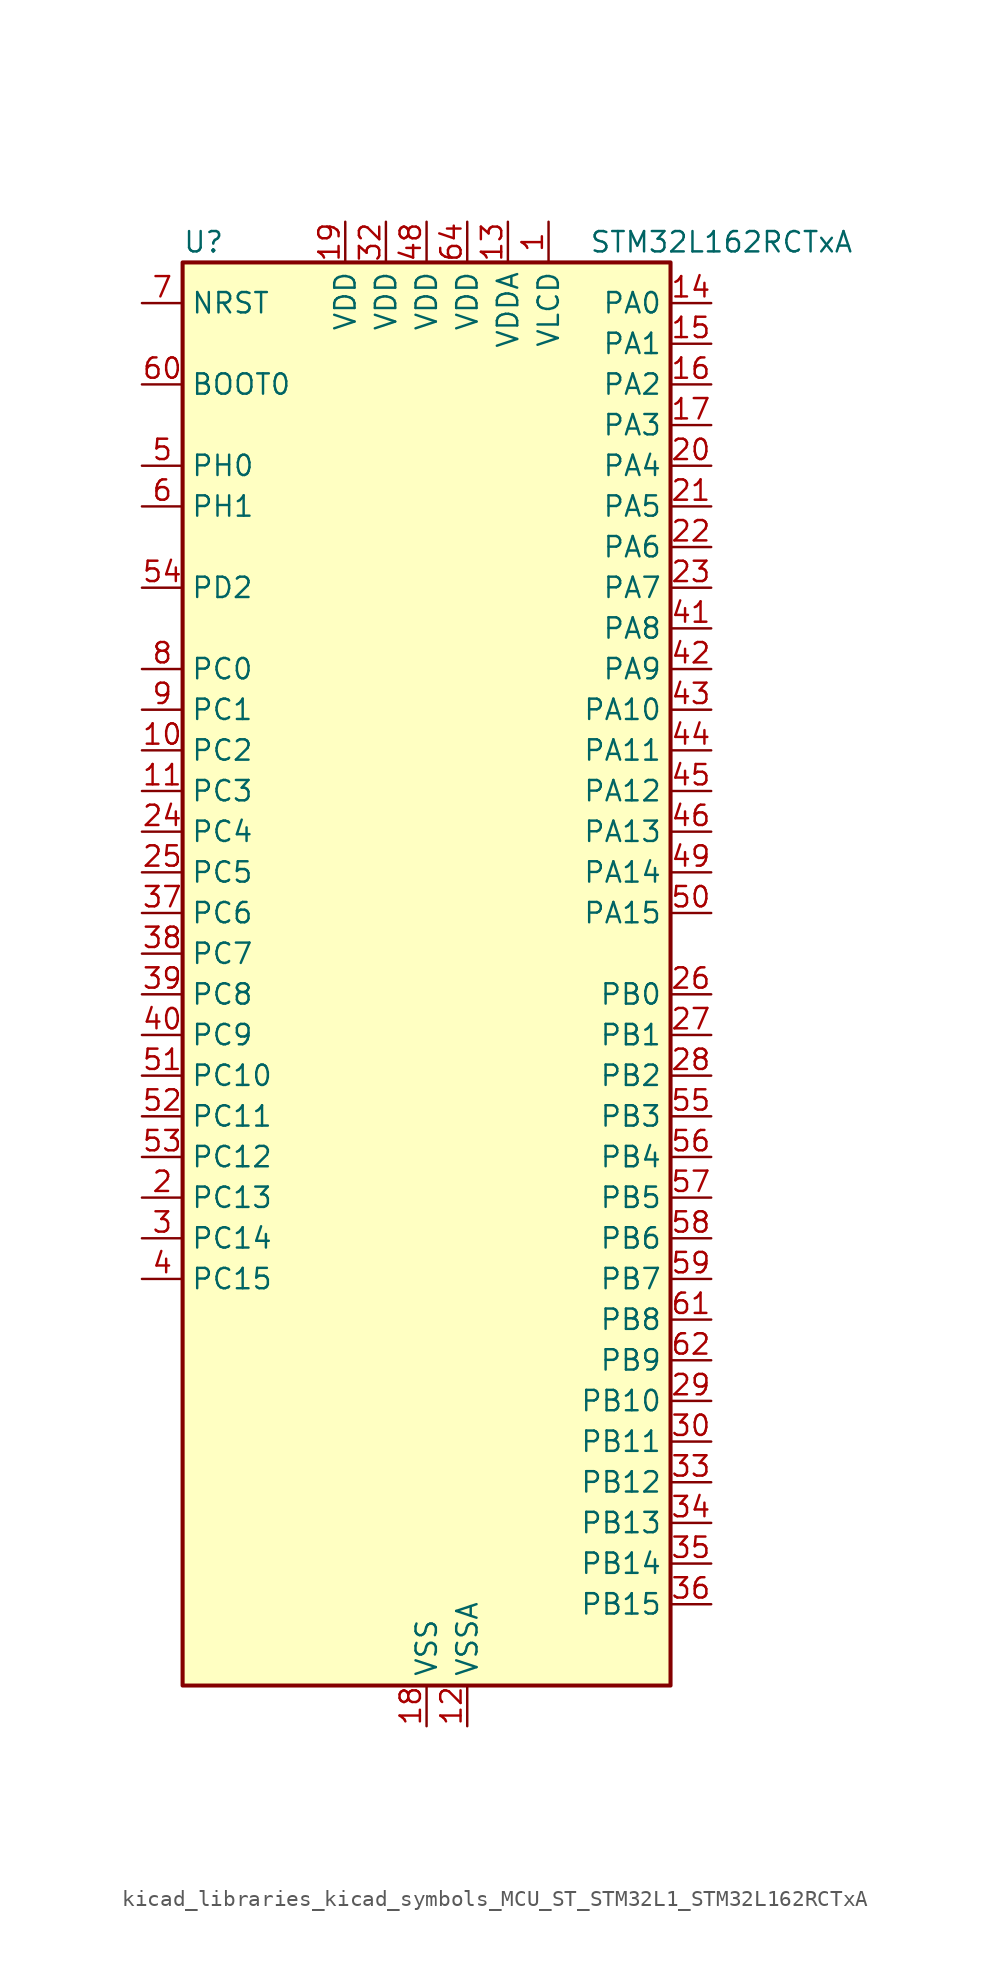
<source format=kicad_sym>
(kicad_symbol_lib
  (version 20220914)
  (generator kicad_symbol_editor)
  (symbol "kicad_libraries_kicad_symbols_MCU_ST_STM32L1_STM32L162RCTxA"
    (property "Reference" "U"
      (at -15.24 46.99 0)
      (effects (font (size 1.27 1.27)) (justify left)))
    (property "Value" "STM32L162RCTxA"
      (at 10.16 46.99 0)
      (effects (font (size 1.27 1.27)) (justify left)))
    (property "ki_locked" ""
      (at 0 0 0)
      (effects (font (size 1.27 1.27))))
    (symbol "kicad_libraries_kicad_symbols_MCU_ST_STM32L1_STM32L162RCTxA_0_1"
      (rectangle (start -15.24 -43.18) (end 15.24 45.72) (stroke (width 0.254) (type default)) (fill (type background))))
    (symbol "kicad_libraries_kicad_symbols_MCU_ST_STM32L1_STM32L162RCTxA_1_1"
      (pin power_in line (at 7.62 48.26 270) (length 2.54) (name "VLCD" (effects (font (size 1.27 1.27)))) (number "1" (effects (font (size 1.27 1.27)))))
      (pin bidirectional line (at -17.78 15.24 0) (length 2.54) (name "PC2" (effects (font (size 1.27 1.27)))) (number "10" (effects (font (size 1.27 1.27)))) (alternate "ADC_IN12" bidirectional line) (alternate "COMP1_INP" bidirectional line) (alternate "LCD_SEG20" bidirectional line) (alternate "TIMX_IC3" bidirectional line) (alternate "TS_G8_IO3" bidirectional line))
      (pin bidirectional line (at -17.78 12.7 0) (length 2.54) (name "PC3" (effects (font (size 1.27 1.27)))) (number "11" (effects (font (size 1.27 1.27)))) (alternate "ADC_IN13" bidirectional line) (alternate "COMP1_INP" bidirectional line) (alternate "LCD_SEG21" bidirectional line) (alternate "TIMX_IC4" bidirectional line) (alternate "TS_G8_IO4" bidirectional line))
      (pin power_in line (at 2.54 -45.72 90) (length 2.54) (name "VSSA" (effects (font (size 1.27 1.27)))) (number "12" (effects (font (size 1.27 1.27)))))
      (pin power_in line (at 5.08 48.26 270) (length 2.54) (name "VDDA" (effects (font (size 1.27 1.27)))) (number "13" (effects (font (size 1.27 1.27)))))
      (pin bidirectional line (at 17.78 43.18 180) (length 2.54) (name "PA0" (effects (font (size 1.27 1.27)))) (number "14" (effects (font (size 1.27 1.27)))) (alternate "ADC_IN0" bidirectional line) (alternate "COMP1_INP" bidirectional line) (alternate "RTC_TAMP2" bidirectional line) (alternate "SYS_WKUP1" bidirectional line) (alternate "TIM2_CH1" bidirectional line) (alternate "TIM2_ETR" bidirectional line) (alternate "TIM5_CH1" bidirectional line) (alternate "TIMX_IC1" bidirectional line) (alternate "TS_G1_IO1" bidirectional line) (alternate "USART2_CTS" bidirectional line))
      (pin bidirectional line (at 17.78 40.64 180) (length 2.54) (name "PA1" (effects (font (size 1.27 1.27)))) (number "15" (effects (font (size 1.27 1.27)))) (alternate "ADC_IN1" bidirectional line) (alternate "COMP1_INP" bidirectional line) (alternate "LCD_SEG0" bidirectional line) (alternate "OPAMP1_VINP" bidirectional line) (alternate "TIM2_CH2" bidirectional line) (alternate "TIM5_CH2" bidirectional line) (alternate "TIMX_IC2" bidirectional line) (alternate "TS_G1_IO2" bidirectional line) (alternate "USART2_RTS" bidirectional line))
      (pin bidirectional line (at 17.78 38.1 180) (length 2.54) (name "PA2" (effects (font (size 1.27 1.27)))) (number "16" (effects (font (size 1.27 1.27)))) (alternate "ADC_IN2" bidirectional line) (alternate "COMP1_INP" bidirectional line) (alternate "LCD_SEG1" bidirectional line) (alternate "OPAMP1_VINM" bidirectional line) (alternate "TIM2_CH3" bidirectional line) (alternate "TIM5_CH3" bidirectional line) (alternate "TIM9_CH1" bidirectional line) (alternate "TIMX_IC3" bidirectional line) (alternate "TS_G1_IO3" bidirectional line) (alternate "USART2_TX" bidirectional line))
      (pin bidirectional line (at 17.78 35.56 180) (length 2.54) (name "PA3" (effects (font (size 1.27 1.27)))) (number "17" (effects (font (size 1.27 1.27)))) (alternate "ADC_IN3" bidirectional line) (alternate "COMP1_INP" bidirectional line) (alternate "LCD_SEG2" bidirectional line) (alternate "OPAMP1_VOUT" bidirectional line) (alternate "TIM2_CH4" bidirectional line) (alternate "TIM5_CH4" bidirectional line) (alternate "TIM9_CH2" bidirectional line) (alternate "TIMX_IC4" bidirectional line) (alternate "TS_G1_IO4" bidirectional line) (alternate "USART2_RX" bidirectional line))
      (pin power_in line (at 0 -45.72 90) (length 2.54) (name "VSS" (effects (font (size 1.27 1.27)))) (number "18" (effects (font (size 1.27 1.27)))))
      (pin power_in line (at -5.08 48.26 270) (length 2.54) (name "VDD" (effects (font (size 1.27 1.27)))) (number "19" (effects (font (size 1.27 1.27)))))
      (pin bidirectional line (at -17.78 -12.7 0) (length 2.54) (name "PC13" (effects (font (size 1.27 1.27)))) (number "2" (effects (font (size 1.27 1.27)))) (alternate "RTC_OUT_ALARM" bidirectional line) (alternate "RTC_OUT_CALIB" bidirectional line) (alternate "RTC_TAMP1" bidirectional line) (alternate "RTC_TS" bidirectional line) (alternate "SYS_WKUP2" bidirectional line) (alternate "TIMX_IC2" bidirectional line))
      (pin bidirectional line (at 17.78 33.02 180) (length 2.54) (name "PA4" (effects (font (size 1.27 1.27)))) (number "20" (effects (font (size 1.27 1.27)))) (alternate "ADC_IN4" bidirectional line) (alternate "COMP1_INP" bidirectional line) (alternate "DAC_OUT1" bidirectional line) (alternate "I2S3_WS" bidirectional line) (alternate "SPI1_NSS" bidirectional line) (alternate "SPI3_NSS" bidirectional line) (alternate "TIMX_IC1" bidirectional line) (alternate "USART2_CK" bidirectional line))
      (pin bidirectional line (at 17.78 30.48 180) (length 2.54) (name "PA5" (effects (font (size 1.27 1.27)))) (number "21" (effects (font (size 1.27 1.27)))) (alternate "ADC_IN5" bidirectional line) (alternate "COMP1_INP" bidirectional line) (alternate "DAC_OUT2" bidirectional line) (alternate "SPI1_SCK" bidirectional line) (alternate "TIM2_CH1" bidirectional line) (alternate "TIM2_ETR" bidirectional line) (alternate "TIMX_IC2" bidirectional line))
      (pin bidirectional line (at 17.78 27.94 180) (length 2.54) (name "PA6" (effects (font (size 1.27 1.27)))) (number "22" (effects (font (size 1.27 1.27)))) (alternate "ADC_IN6" bidirectional line) (alternate "COMP1_INP" bidirectional line) (alternate "LCD_SEG3" bidirectional line) (alternate "OPAMP2_VINP" bidirectional line) (alternate "SPI1_MISO" bidirectional line) (alternate "TIM10_CH1" bidirectional line) (alternate "TIM3_CH1" bidirectional line) (alternate "TIMX_IC3" bidirectional line) (alternate "TS_G2_IO1" bidirectional line))
      (pin bidirectional line (at 17.78 25.4 180) (length 2.54) (name "PA7" (effects (font (size 1.27 1.27)))) (number "23" (effects (font (size 1.27 1.27)))) (alternate "ADC_IN7" bidirectional line) (alternate "COMP1_INP" bidirectional line) (alternate "LCD_SEG4" bidirectional line) (alternate "OPAMP2_VINM" bidirectional line) (alternate "SPI1_MOSI" bidirectional line) (alternate "TIM11_CH1" bidirectional line) (alternate "TIM3_CH2" bidirectional line) (alternate "TIMX_IC4" bidirectional line) (alternate "TS_G2_IO2" bidirectional line))
      (pin bidirectional line (at -17.78 10.16 0) (length 2.54) (name "PC4" (effects (font (size 1.27 1.27)))) (number "24" (effects (font (size 1.27 1.27)))) (alternate "ADC_IN14" bidirectional line) (alternate "COMP1_INP" bidirectional line) (alternate "LCD_SEG22" bidirectional line) (alternate "TIMX_IC1" bidirectional line) (alternate "TS_G9_IO1" bidirectional line))
      (pin bidirectional line (at -17.78 7.62 0) (length 2.54) (name "PC5" (effects (font (size 1.27 1.27)))) (number "25" (effects (font (size 1.27 1.27)))) (alternate "ADC_IN15" bidirectional line) (alternate "COMP1_INP" bidirectional line) (alternate "LCD_SEG23" bidirectional line) (alternate "TIMX_IC2" bidirectional line) (alternate "TS_G9_IO2" bidirectional line))
      (pin bidirectional line (at 17.78 0 180) (length 2.54) (name "PB0" (effects (font (size 1.27 1.27)))) (number "26" (effects (font (size 1.27 1.27)))) (alternate "ADC_IN8" bidirectional line) (alternate "COMP1_INP" bidirectional line) (alternate "LCD_SEG5" bidirectional line) (alternate "OPAMP2_VOUT" bidirectional line) (alternate "SYS_V_REF_OUT" bidirectional line) (alternate "TIM3_CH3" bidirectional line) (alternate "TS_G3_IO1" bidirectional line))
      (pin bidirectional line (at 17.78 -2.54 180) (length 2.54) (name "PB1" (effects (font (size 1.27 1.27)))) (number "27" (effects (font (size 1.27 1.27)))) (alternate "ADC_IN9" bidirectional line) (alternate "COMP1_INP" bidirectional line) (alternate "LCD_SEG6" bidirectional line) (alternate "SYS_V_REF_OUT" bidirectional line) (alternate "TIM3_CH4" bidirectional line) (alternate "TS_G3_IO2" bidirectional line))
      (pin bidirectional line (at 17.78 -5.08 180) (length 2.54) (name "PB2" (effects (font (size 1.27 1.27)))) (number "28" (effects (font (size 1.27 1.27)))) (alternate "TS_G3_IO3" bidirectional line))
      (pin bidirectional line (at 17.78 -25.4 180) (length 2.54) (name "PB10" (effects (font (size 1.27 1.27)))) (number "29" (effects (font (size 1.27 1.27)))) (alternate "I2C2_SCL" bidirectional line) (alternate "LCD_SEG10" bidirectional line) (alternate "TIM2_CH3" bidirectional line) (alternate "USART3_TX" bidirectional line))
      (pin bidirectional line (at -17.78 -15.24 0) (length 2.54) (name "PC14" (effects (font (size 1.27 1.27)))) (number "3" (effects (font (size 1.27 1.27)))) (alternate "RCC_OSC32_IN" bidirectional line) (alternate "TIMX_IC3" bidirectional line))
      (pin bidirectional line (at 17.78 -27.94 180) (length 2.54) (name "PB11" (effects (font (size 1.27 1.27)))) (number "30" (effects (font (size 1.27 1.27)))) (alternate "ADC_EXTI11" bidirectional line) (alternate "I2C2_SDA" bidirectional line) (alternate "LCD_SEG11" bidirectional line) (alternate "TIM2_CH4" bidirectional line) (alternate "USART3_RX" bidirectional line))
      (pin passive line (at 0 -45.72 90) (length 2.54) hide (name "VSS" (effects (font (size 1.27 1.27)))) (number "31" (effects (font (size 1.27 1.27)))))
      (pin power_in line (at -2.54 48.26 270) (length 2.54) (name "VDD" (effects (font (size 1.27 1.27)))) (number "32" (effects (font (size 1.27 1.27)))))
      (pin bidirectional line (at 17.78 -30.48 180) (length 2.54) (name "PB12" (effects (font (size 1.27 1.27)))) (number "33" (effects (font (size 1.27 1.27)))) (alternate "ADC_IN18" bidirectional line) (alternate "COMP1_INP" bidirectional line) (alternate "I2C2_SMBA" bidirectional line) (alternate "I2S2_WS" bidirectional line) (alternate "LCD_SEG12" bidirectional line) (alternate "SPI2_NSS" bidirectional line) (alternate "TIM10_CH1" bidirectional line) (alternate "TS_G7_IO1" bidirectional line) (alternate "USART3_CK" bidirectional line))
      (pin bidirectional line (at 17.78 -33.02 180) (length 2.54) (name "PB13" (effects (font (size 1.27 1.27)))) (number "34" (effects (font (size 1.27 1.27)))) (alternate "ADC_IN19" bidirectional line) (alternate "COMP1_INP" bidirectional line) (alternate "I2S2_CK" bidirectional line) (alternate "LCD_SEG13" bidirectional line) (alternate "SPI2_SCK" bidirectional line) (alternate "TIM9_CH1" bidirectional line) (alternate "TS_G7_IO2" bidirectional line) (alternate "USART3_CTS" bidirectional line))
      (pin bidirectional line (at 17.78 -35.56 180) (length 2.54) (name "PB14" (effects (font (size 1.27 1.27)))) (number "35" (effects (font (size 1.27 1.27)))) (alternate "ADC_IN20" bidirectional line) (alternate "COMP1_INP" bidirectional line) (alternate "LCD_SEG14" bidirectional line) (alternate "SPI2_MISO" bidirectional line) (alternate "TIM9_CH2" bidirectional line) (alternate "TS_G7_IO3" bidirectional line) (alternate "USART3_RTS" bidirectional line))
      (pin bidirectional line (at 17.78 -38.1 180) (length 2.54) (name "PB15" (effects (font (size 1.27 1.27)))) (number "36" (effects (font (size 1.27 1.27)))) (alternate "ADC_EXTI15" bidirectional line) (alternate "ADC_IN21" bidirectional line) (alternate "COMP1_INP" bidirectional line) (alternate "I2S2_SD" bidirectional line) (alternate "LCD_SEG15" bidirectional line) (alternate "RTC_REFIN" bidirectional line) (alternate "SPI2_MOSI" bidirectional line) (alternate "TIM11_CH1" bidirectional line) (alternate "TS_G7_IO4" bidirectional line))
      (pin bidirectional line (at -17.78 5.08 0) (length 2.54) (name "PC6" (effects (font (size 1.27 1.27)))) (number "37" (effects (font (size 1.27 1.27)))) (alternate "I2S2_MCK" bidirectional line) (alternate "LCD_SEG24" bidirectional line) (alternate "TIM3_CH1" bidirectional line) (alternate "TIMX_IC3" bidirectional line) (alternate "TS_G10_IO1" bidirectional line))
      (pin bidirectional line (at -17.78 2.54 0) (length 2.54) (name "PC7" (effects (font (size 1.27 1.27)))) (number "38" (effects (font (size 1.27 1.27)))) (alternate "I2S3_MCK" bidirectional line) (alternate "LCD_SEG25" bidirectional line) (alternate "TIM3_CH2" bidirectional line) (alternate "TIMX_IC4" bidirectional line) (alternate "TS_G10_IO2" bidirectional line))
      (pin bidirectional line (at -17.78 0 0) (length 2.54) (name "PC8" (effects (font (size 1.27 1.27)))) (number "39" (effects (font (size 1.27 1.27)))) (alternate "LCD_SEG26" bidirectional line) (alternate "TIM3_CH3" bidirectional line) (alternate "TIMX_IC1" bidirectional line) (alternate "TS_G10_IO3" bidirectional line))
      (pin bidirectional line (at -17.78 -17.78 0) (length 2.54) (name "PC15" (effects (font (size 1.27 1.27)))) (number "4" (effects (font (size 1.27 1.27)))) (alternate "ADC_EXTI15" bidirectional line) (alternate "RCC_OSC32_OUT" bidirectional line) (alternate "TIMX_IC4" bidirectional line))
      (pin bidirectional line (at -17.78 -2.54 0) (length 2.54) (name "PC9" (effects (font (size 1.27 1.27)))) (number "40" (effects (font (size 1.27 1.27)))) (alternate "DAC_EXTI9" bidirectional line) (alternate "LCD_SEG27" bidirectional line) (alternate "TIM3_CH4" bidirectional line) (alternate "TIMX_IC2" bidirectional line) (alternate "TS_G10_IO4" bidirectional line))
      (pin bidirectional line (at 17.78 22.86 180) (length 2.54) (name "PA8" (effects (font (size 1.27 1.27)))) (number "41" (effects (font (size 1.27 1.27)))) (alternate "LCD_COM0" bidirectional line) (alternate "RCC_MCO" bidirectional line) (alternate "TIMX_IC1" bidirectional line) (alternate "TS_G4_IO1" bidirectional line) (alternate "USART1_CK" bidirectional line))
      (pin bidirectional line (at 17.78 20.32 180) (length 2.54) (name "PA9" (effects (font (size 1.27 1.27)))) (number "42" (effects (font (size 1.27 1.27)))) (alternate "DAC_EXTI9" bidirectional line) (alternate "LCD_COM1" bidirectional line) (alternate "TIMX_IC2" bidirectional line) (alternate "TS_G4_IO2" bidirectional line) (alternate "USART1_TX" bidirectional line))
      (pin bidirectional line (at 17.78 17.78 180) (length 2.54) (name "PA10" (effects (font (size 1.27 1.27)))) (number "43" (effects (font (size 1.27 1.27)))) (alternate "LCD_COM2" bidirectional line) (alternate "TIMX_IC3" bidirectional line) (alternate "TS_G4_IO3" bidirectional line) (alternate "USART1_RX" bidirectional line))
      (pin bidirectional line (at 17.78 15.24 180) (length 2.54) (name "PA11" (effects (font (size 1.27 1.27)))) (number "44" (effects (font (size 1.27 1.27)))) (alternate "ADC_EXTI11" bidirectional line) (alternate "SPI1_MISO" bidirectional line) (alternate "TIMX_IC4" bidirectional line) (alternate "USART1_CTS" bidirectional line) (alternate "USB_DM" bidirectional line))
      (pin bidirectional line (at 17.78 12.7 180) (length 2.54) (name "PA12" (effects (font (size 1.27 1.27)))) (number "45" (effects (font (size 1.27 1.27)))) (alternate "SPI1_MOSI" bidirectional line) (alternate "TIMX_IC1" bidirectional line) (alternate "USART1_RTS" bidirectional line) (alternate "USB_DP" bidirectional line))
      (pin bidirectional line (at 17.78 10.16 180) (length 2.54) (name "PA13" (effects (font (size 1.27 1.27)))) (number "46" (effects (font (size 1.27 1.27)))) (alternate "SYS_JTMS-SWDIO" bidirectional line) (alternate "TIMX_IC2" bidirectional line) (alternate "TS_G5_IO1" bidirectional line))
      (pin passive line (at 0 -45.72 90) (length 2.54) hide (name "VSS" (effects (font (size 1.27 1.27)))) (number "47" (effects (font (size 1.27 1.27)))))
      (pin power_in line (at 0 48.26 270) (length 2.54) (name "VDD" (effects (font (size 1.27 1.27)))) (number "48" (effects (font (size 1.27 1.27)))))
      (pin bidirectional line (at 17.78 7.62 180) (length 2.54) (name "PA14" (effects (font (size 1.27 1.27)))) (number "49" (effects (font (size 1.27 1.27)))) (alternate "SYS_JTCK-SWCLK" bidirectional line) (alternate "TIMX_IC3" bidirectional line) (alternate "TS_G5_IO2" bidirectional line))
      (pin bidirectional line (at -17.78 33.02 0) (length 2.54) (name "PH0" (effects (font (size 1.27 1.27)))) (number "5" (effects (font (size 1.27 1.27)))) (alternate "RCC_OSC_IN" bidirectional line))
      (pin bidirectional line (at 17.78 5.08 180) (length 2.54) (name "PA15" (effects (font (size 1.27 1.27)))) (number "50" (effects (font (size 1.27 1.27)))) (alternate "ADC_EXTI15" bidirectional line) (alternate "I2S3_WS" bidirectional line) (alternate "LCD_SEG17" bidirectional line) (alternate "SPI1_NSS" bidirectional line) (alternate "SPI3_NSS" bidirectional line) (alternate "SYS_JTDI" bidirectional line) (alternate "TIM2_CH1" bidirectional line) (alternate "TIM2_ETR" bidirectional line) (alternate "TIMX_IC4" bidirectional line) (alternate "TS_G5_IO3" bidirectional line))
      (pin bidirectional line (at -17.78 -5.08 0) (length 2.54) (name "PC10" (effects (font (size 1.27 1.27)))) (number "51" (effects (font (size 1.27 1.27)))) (alternate "I2S3_CK" bidirectional line) (alternate "LCD_COM4" bidirectional line) (alternate "LCD_SEG28" bidirectional line) (alternate "LCD_SEG40" bidirectional line) (alternate "SPI3_SCK" bidirectional line) (alternate "TIMX_IC3" bidirectional line) (alternate "USART3_TX" bidirectional line))
      (pin bidirectional line (at -17.78 -7.62 0) (length 2.54) (name "PC11" (effects (font (size 1.27 1.27)))) (number "52" (effects (font (size 1.27 1.27)))) (alternate "ADC_EXTI11" bidirectional line) (alternate "LCD_COM5" bidirectional line) (alternate "LCD_SEG29" bidirectional line) (alternate "LCD_SEG41" bidirectional line) (alternate "SPI3_MISO" bidirectional line) (alternate "TIMX_IC4" bidirectional line) (alternate "USART3_RX" bidirectional line))
      (pin bidirectional line (at -17.78 -10.16 0) (length 2.54) (name "PC12" (effects (font (size 1.27 1.27)))) (number "53" (effects (font (size 1.27 1.27)))) (alternate "I2S3_SD" bidirectional line) (alternate "LCD_COM6" bidirectional line) (alternate "LCD_SEG30" bidirectional line) (alternate "LCD_SEG42" bidirectional line) (alternate "SPI3_MOSI" bidirectional line) (alternate "TIMX_IC1" bidirectional line) (alternate "USART3_CK" bidirectional line))
      (pin bidirectional line (at -17.78 25.4 0) (length 2.54) (name "PD2" (effects (font (size 1.27 1.27)))) (number "54" (effects (font (size 1.27 1.27)))) (alternate "LCD_COM7" bidirectional line) (alternate "LCD_SEG31" bidirectional line) (alternate "LCD_SEG43" bidirectional line) (alternate "TIM3_ETR" bidirectional line) (alternate "TIMX_IC3" bidirectional line))
      (pin bidirectional line (at 17.78 -7.62 180) (length 2.54) (name "PB3" (effects (font (size 1.27 1.27)))) (number "55" (effects (font (size 1.27 1.27)))) (alternate "COMP2_INM" bidirectional line) (alternate "I2S3_CK" bidirectional line) (alternate "LCD_SEG7" bidirectional line) (alternate "SPI1_SCK" bidirectional line) (alternate "SPI3_SCK" bidirectional line) (alternate "SYS_JTDO-TRACESWO" bidirectional line) (alternate "TIM2_CH2" bidirectional line))
      (pin bidirectional line (at 17.78 -10.16 180) (length 2.54) (name "PB4" (effects (font (size 1.27 1.27)))) (number "56" (effects (font (size 1.27 1.27)))) (alternate "COMP2_INP" bidirectional line) (alternate "LCD_SEG8" bidirectional line) (alternate "SPI1_MISO" bidirectional line) (alternate "SPI3_MISO" bidirectional line) (alternate "SYS_JTRST" bidirectional line) (alternate "TIM3_CH1" bidirectional line) (alternate "TS_G6_IO1" bidirectional line))
      (pin bidirectional line (at 17.78 -12.7 180) (length 2.54) (name "PB5" (effects (font (size 1.27 1.27)))) (number "57" (effects (font (size 1.27 1.27)))) (alternate "COMP2_INP" bidirectional line) (alternate "I2C1_SMBA" bidirectional line) (alternate "I2S3_SD" bidirectional line) (alternate "LCD_SEG9" bidirectional line) (alternate "SPI1_MOSI" bidirectional line) (alternate "SPI3_MOSI" bidirectional line) (alternate "TIM3_CH2" bidirectional line) (alternate "TS_G6_IO2" bidirectional line))
      (pin bidirectional line (at 17.78 -15.24 180) (length 2.54) (name "PB6" (effects (font (size 1.27 1.27)))) (number "58" (effects (font (size 1.27 1.27)))) (alternate "COMP2_INP" bidirectional line) (alternate "I2C1_SCL" bidirectional line) (alternate "TIM4_CH1" bidirectional line) (alternate "TS_G6_IO3" bidirectional line) (alternate "USART1_TX" bidirectional line))
      (pin bidirectional line (at 17.78 -17.78 180) (length 2.54) (name "PB7" (effects (font (size 1.27 1.27)))) (number "59" (effects (font (size 1.27 1.27)))) (alternate "COMP2_INP" bidirectional line) (alternate "I2C1_SDA" bidirectional line) (alternate "SYS_PVD_IN" bidirectional line) (alternate "TIM4_CH2" bidirectional line) (alternate "TS_G6_IO4" bidirectional line) (alternate "USART1_RX" bidirectional line))
      (pin bidirectional line (at -17.78 30.48 0) (length 2.54) (name "PH1" (effects (font (size 1.27 1.27)))) (number "6" (effects (font (size 1.27 1.27)))) (alternate "RCC_OSC_OUT" bidirectional line))
      (pin input line (at -17.78 38.1 0) (length 2.54) (name "BOOT0" (effects (font (size 1.27 1.27)))) (number "60" (effects (font (size 1.27 1.27)))))
      (pin bidirectional line (at 17.78 -20.32 180) (length 2.54) (name "PB8" (effects (font (size 1.27 1.27)))) (number "61" (effects (font (size 1.27 1.27)))) (alternate "I2C1_SCL" bidirectional line) (alternate "LCD_SEG16" bidirectional line) (alternate "TIM10_CH1" bidirectional line) (alternate "TIM4_CH3" bidirectional line))
      (pin bidirectional line (at 17.78 -22.86 180) (length 2.54) (name "PB9" (effects (font (size 1.27 1.27)))) (number "62" (effects (font (size 1.27 1.27)))) (alternate "DAC_EXTI9" bidirectional line) (alternate "I2C1_SDA" bidirectional line) (alternate "LCD_COM3" bidirectional line) (alternate "TIM11_CH1" bidirectional line) (alternate "TIM4_CH4" bidirectional line))
      (pin passive line (at 0 -45.72 90) (length 2.54) hide (name "VSS" (effects (font (size 1.27 1.27)))) (number "63" (effects (font (size 1.27 1.27)))))
      (pin power_in line (at 2.54 48.26 270) (length 2.54) (name "VDD" (effects (font (size 1.27 1.27)))) (number "64" (effects (font (size 1.27 1.27)))))
      (pin input line (at -17.78 43.18 0) (length 2.54) (name "NRST" (effects (font (size 1.27 1.27)))) (number "7" (effects (font (size 1.27 1.27)))))
      (pin bidirectional line (at -17.78 20.32 0) (length 2.54) (name "PC0" (effects (font (size 1.27 1.27)))) (number "8" (effects (font (size 1.27 1.27)))) (alternate "ADC_IN10" bidirectional line) (alternate "COMP1_INP" bidirectional line) (alternate "LCD_SEG18" bidirectional line) (alternate "TIMX_IC1" bidirectional line) (alternate "TS_G8_IO1" bidirectional line))
      (pin bidirectional line (at -17.78 17.78 0) (length 2.54) (name "PC1" (effects (font (size 1.27 1.27)))) (number "9" (effects (font (size 1.27 1.27)))) (alternate "ADC_IN11" bidirectional line) (alternate "COMP1_INP" bidirectional line) (alternate "LCD_SEG19" bidirectional line) (alternate "TIMX_IC2" bidirectional line) (alternate "TS_G8_IO2" bidirectional line)))))
</source>
